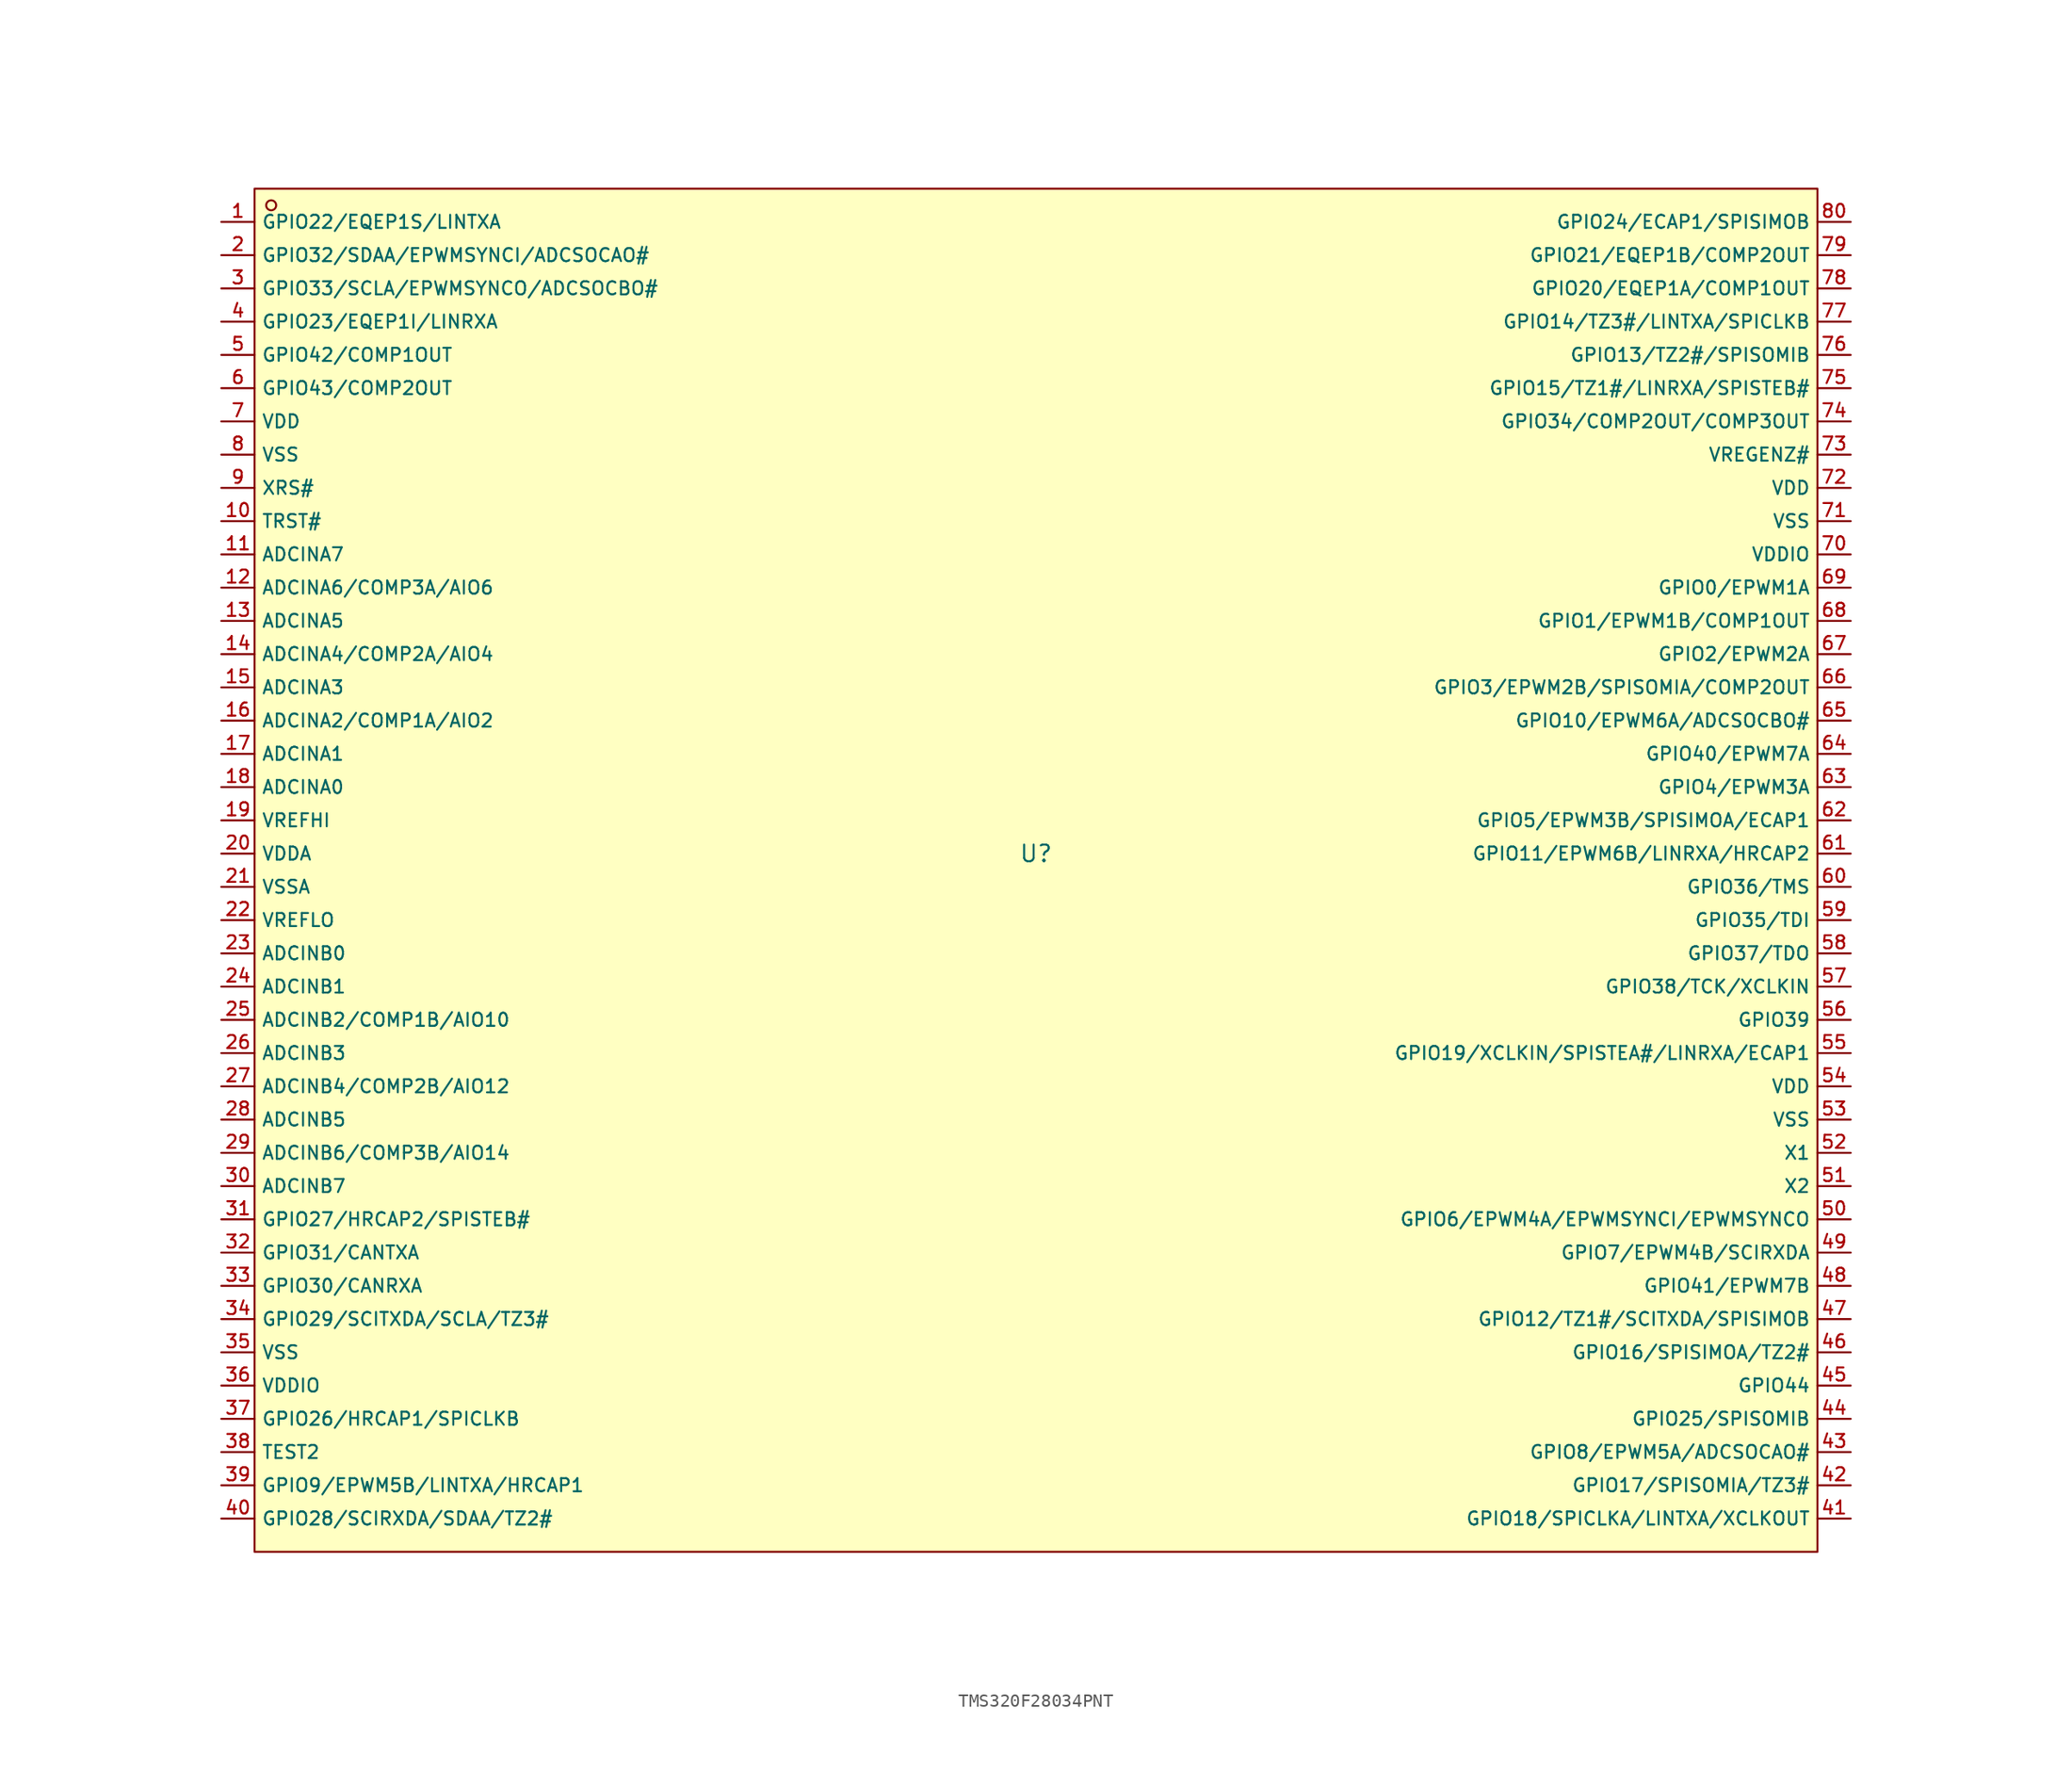
<source format=kicad_sym>
(kicad_symbol_lib
  (version 20210201)
  (generator TousstNicolas/JLC2KiCad_lib)
  (symbol "TMS320F28034PNT"
    (property "Reference" "U"
      (at 0 1.27 0)
      (effects (font (size 1.27 1.27))))
    (symbol "TMS320F28034PNT_0_1"
      (rectangle (start -59.69 52.07) (end 59.69 -52.07) (stroke (width 0) (type default) (color 0 0 0 0)) (fill (type background)))
      (circle (center -58.42 50.8) (radius 0.381) (stroke (width 0) (type default) (color 0 0 0 0)) (fill (type background)))
      (pin unspecified line (at -62.23 49.53 0) (length 2.54) (name "GPIO22/EQEP1S/LINTXA" (effects (font (size 1 1)))) (number "1" (effects (font (size 1 1)))))
      (pin unspecified line (at -62.23 46.99 0) (length 2.54) (name "GPIO32/SDAA/EPWMSYNCI/ADCSOCAO#" (effects (font (size 1 1)))) (number "2" (effects (font (size 1 1)))))
      (pin unspecified line (at -62.23 44.45 0) (length 2.54) (name "GPIO33/SCLA/EPWMSYNCO/ADCSOCBO#" (effects (font (size 1 1)))) (number "3" (effects (font (size 1 1)))))
      (pin unspecified line (at -62.23 41.91 0) (length 2.54) (name "GPIO23/EQEP1I/LINRXA" (effects (font (size 1 1)))) (number "4" (effects (font (size 1 1)))))
      (pin unspecified line (at -62.23 39.37 0) (length 2.54) (name "GPIO42/COMP1OUT" (effects (font (size 1 1)))) (number "5" (effects (font (size 1 1)))))
      (pin unspecified line (at -62.23 36.83 0) (length 2.54) (name "GPIO43/COMP2OUT" (effects (font (size 1 1)))) (number "6" (effects (font (size 1 1)))))
      (pin unspecified line (at -62.23 34.29 0) (length 2.54) (name "VDD" (effects (font (size 1 1)))) (number "7" (effects (font (size 1 1)))))
      (pin unspecified line (at -62.23 31.75 0) (length 2.54) (name "VSS" (effects (font (size 1 1)))) (number "8" (effects (font (size 1 1)))))
      (pin unspecified line (at -62.23 29.21 0) (length 2.54) (name "XRS#" (effects (font (size 1 1)))) (number "9" (effects (font (size 1 1)))))
      (pin unspecified line (at -62.23 26.67 0) (length 2.54) (name "TRST#" (effects (font (size 1 1)))) (number "10" (effects (font (size 1 1)))))
      (pin unspecified line (at -62.23 24.13 0) (length 2.54) (name "ADCINA7" (effects (font (size 1 1)))) (number "11" (effects (font (size 1 1)))))
      (pin unspecified line (at -62.23 21.59 0) (length 2.54) (name "ADCINA6/COMP3A/AIO6" (effects (font (size 1 1)))) (number "12" (effects (font (size 1 1)))))
      (pin unspecified line (at -62.23 19.05 0) (length 2.54) (name "ADCINA5" (effects (font (size 1 1)))) (number "13" (effects (font (size 1 1)))))
      (pin unspecified line (at -62.23 16.51 0) (length 2.54) (name "ADCINA4/COMP2A/AIO4" (effects (font (size 1 1)))) (number "14" (effects (font (size 1 1)))))
      (pin unspecified line (at -62.23 13.97 0) (length 2.54) (name "ADCINA3" (effects (font (size 1 1)))) (number "15" (effects (font (size 1 1)))))
      (pin unspecified line (at -62.23 11.43 0) (length 2.54) (name "ADCINA2/COMP1A/AIO2" (effects (font (size 1 1)))) (number "16" (effects (font (size 1 1)))))
      (pin unspecified line (at -62.23 8.89 0) (length 2.54) (name "ADCINA1" (effects (font (size 1 1)))) (number "17" (effects (font (size 1 1)))))
      (pin unspecified line (at -62.23 6.35 0) (length 2.54) (name "ADCINA0" (effects (font (size 1 1)))) (number "18" (effects (font (size 1 1)))))
      (pin unspecified line (at -62.23 3.81 0) (length 2.54) (name "VREFHI" (effects (font (size 1 1)))) (number "19" (effects (font (size 1 1)))))
      (pin unspecified line (at -62.23 1.27 0) (length 2.54) (name "VDDA" (effects (font (size 1 1)))) (number "20" (effects (font (size 1 1)))))
      (pin unspecified line (at -62.23 -1.27 0) (length 2.54) (name "VSSA" (effects (font (size 1 1)))) (number "21" (effects (font (size 1 1)))))
      (pin unspecified line (at -62.23 -3.81 0) (length 2.54) (name "VREFLO" (effects (font (size 1 1)))) (number "22" (effects (font (size 1 1)))))
      (pin unspecified line (at -62.23 -6.35 0) (length 2.54) (name "ADCINB0" (effects (font (size 1 1)))) (number "23" (effects (font (size 1 1)))))
      (pin unspecified line (at -62.23 -8.89 0) (length 2.54) (name "ADCINB1" (effects (font (size 1 1)))) (number "24" (effects (font (size 1 1)))))
      (pin unspecified line (at -62.23 -11.43 0) (length 2.54) (name "ADCINB2/COMP1B/AIO10" (effects (font (size 1 1)))) (number "25" (effects (font (size 1 1)))))
      (pin unspecified line (at -62.23 -13.97 0) (length 2.54) (name "ADCINB3" (effects (font (size 1 1)))) (number "26" (effects (font (size 1 1)))))
      (pin unspecified line (at -62.23 -16.51 0) (length 2.54) (name "ADCINB4/COMP2B/AIO12" (effects (font (size 1 1)))) (number "27" (effects (font (size 1 1)))))
      (pin unspecified line (at -62.23 -19.05 0) (length 2.54) (name "ADCINB5" (effects (font (size 1 1)))) (number "28" (effects (font (size 1 1)))))
      (pin unspecified line (at -62.23 -21.59 0) (length 2.54) (name "ADCINB6/COMP3B/AIO14" (effects (font (size 1 1)))) (number "29" (effects (font (size 1 1)))))
      (pin unspecified line (at -62.23 -24.13 0) (length 2.54) (name "ADCINB7" (effects (font (size 1 1)))) (number "30" (effects (font (size 1 1)))))
      (pin unspecified line (at -62.23 -26.67 0) (length 2.54) (name "GPIO27/HRCAP2/SPISTEB#" (effects (font (size 1 1)))) (number "31" (effects (font (size 1 1)))))
      (pin unspecified line (at -62.23 -29.21 0) (length 2.54) (name "GPIO31/CANTXA" (effects (font (size 1 1)))) (number "32" (effects (font (size 1 1)))))
      (pin unspecified line (at -62.23 -31.75 0) (length 2.54) (name "GPIO30/CANRXA" (effects (font (size 1 1)))) (number "33" (effects (font (size 1 1)))))
      (pin unspecified line (at -62.23 -34.29 0) (length 2.54) (name "GPIO29/SCITXDA/SCLA/TZ3#" (effects (font (size 1 1)))) (number "34" (effects (font (size 1 1)))))
      (pin unspecified line (at -62.23 -36.83 0) (length 2.54) (name "VSS" (effects (font (size 1 1)))) (number "35" (effects (font (size 1 1)))))
      (pin unspecified line (at -62.23 -39.37 0) (length 2.54) (name "VDDIO" (effects (font (size 1 1)))) (number "36" (effects (font (size 1 1)))))
      (pin unspecified line (at -62.23 -41.91 0) (length 2.54) (name "GPIO26/HRCAP1/SPICLKB" (effects (font (size 1 1)))) (number "37" (effects (font (size 1 1)))))
      (pin unspecified line (at -62.23 -44.45 0) (length 2.54) (name "TEST2" (effects (font (size 1 1)))) (number "38" (effects (font (size 1 1)))))
      (pin unspecified line (at -62.23 -46.99 0) (length 2.54) (name "GPIO9/EPWM5B/LINTXA/HRCAP1" (effects (font (size 1 1)))) (number "39" (effects (font (size 1 1)))))
      (pin unspecified line (at -62.23 -49.53 0) (length 2.54) (name "GPIO28/SCIRXDA/SDAA/TZ2#" (effects (font (size 1 1)))) (number "40" (effects (font (size 1 1)))))
      (pin unspecified line (at 62.23 -49.53 180) (length 2.54) (name "GPIO18/SPICLKA/LINTXA/XCLKOUT" (effects (font (size 1 1)))) (number "41" (effects (font (size 1 1)))))
      (pin unspecified line (at 62.23 -46.99 180) (length 2.54) (name "GPIO17/SPISOMIA/TZ3#" (effects (font (size 1 1)))) (number "42" (effects (font (size 1 1)))))
      (pin unspecified line (at 62.23 -44.45 180) (length 2.54) (name "GPIO8/EPWM5A/ADCSOCAO#" (effects (font (size 1 1)))) (number "43" (effects (font (size 1 1)))))
      (pin unspecified line (at 62.23 -41.91 180) (length 2.54) (name "GPIO25/SPISOMIB" (effects (font (size 1 1)))) (number "44" (effects (font (size 1 1)))))
      (pin unspecified line (at 62.23 -39.37 180) (length 2.54) (name "GPIO44" (effects (font (size 1 1)))) (number "45" (effects (font (size 1 1)))))
      (pin unspecified line (at 62.23 -36.83 180) (length 2.54) (name "GPIO16/SPISIMOA/TZ2#" (effects (font (size 1 1)))) (number "46" (effects (font (size 1 1)))))
      (pin unspecified line (at 62.23 -34.29 180) (length 2.54) (name "GPIO12/TZ1#/SCITXDA/SPISIMOB" (effects (font (size 1 1)))) (number "47" (effects (font (size 1 1)))))
      (pin unspecified line (at 62.23 -31.75 180) (length 2.54) (name "GPIO41/EPWM7B" (effects (font (size 1 1)))) (number "48" (effects (font (size 1 1)))))
      (pin unspecified line (at 62.23 -29.21 180) (length 2.54) (name "GPIO7/EPWM4B/SCIRXDA" (effects (font (size 1 1)))) (number "49" (effects (font (size 1 1)))))
      (pin unspecified line (at 62.23 -26.67 180) (length 2.54) (name "GPIO6/EPWM4A/EPWMSYNCI/EPWMSYNCO" (effects (font (size 1 1)))) (number "50" (effects (font (size 1 1)))))
      (pin unspecified line (at 62.23 -24.13 180) (length 2.54) (name "X2" (effects (font (size 1 1)))) (number "51" (effects (font (size 1 1)))))
      (pin unspecified line (at 62.23 -21.59 180) (length 2.54) (name "X1" (effects (font (size 1 1)))) (number "52" (effects (font (size 1 1)))))
      (pin unspecified line (at 62.23 -19.05 180) (length 2.54) (name "VSS" (effects (font (size 1 1)))) (number "53" (effects (font (size 1 1)))))
      (pin unspecified line (at 62.23 -16.51 180) (length 2.54) (name "VDD" (effects (font (size 1 1)))) (number "54" (effects (font (size 1 1)))))
      (pin unspecified line (at 62.23 -13.97 180) (length 2.54) (name "GPIO19/XCLKIN/SPISTEA#/LINRXA/ECAP1" (effects (font (size 1 1)))) (number "55" (effects (font (size 1 1)))))
      (pin unspecified line (at 62.23 -11.43 180) (length 2.54) (name "GPIO39" (effects (font (size 1 1)))) (number "56" (effects (font (size 1 1)))))
      (pin unspecified line (at 62.23 -8.89 180) (length 2.54) (name "GPIO38/TCK/XCLKIN" (effects (font (size 1 1)))) (number "57" (effects (font (size 1 1)))))
      (pin unspecified line (at 62.23 -6.35 180) (length 2.54) (name "GPIO37/TDO" (effects (font (size 1 1)))) (number "58" (effects (font (size 1 1)))))
      (pin unspecified line (at 62.23 -3.81 180) (length 2.54) (name "GPIO35/TDI" (effects (font (size 1 1)))) (number "59" (effects (font (size 1 1)))))
      (pin unspecified line (at 62.23 -1.27 180) (length 2.54) (name "GPIO36/TMS" (effects (font (size 1 1)))) (number "60" (effects (font (size 1 1)))))
      (pin unspecified line (at 62.23 1.27 180) (length 2.54) (name "GPIO11/EPWM6B/LINRXA/HRCAP2" (effects (font (size 1 1)))) (number "61" (effects (font (size 1 1)))))
      (pin unspecified line (at 62.23 3.81 180) (length 2.54) (name "GPIO5/EPWM3B/SPISIMOA/ECAP1" (effects (font (size 1 1)))) (number "62" (effects (font (size 1 1)))))
      (pin unspecified line (at 62.23 6.35 180) (length 2.54) (name "GPIO4/EPWM3A" (effects (font (size 1 1)))) (number "63" (effects (font (size 1 1)))))
      (pin unspecified line (at 62.23 8.89 180) (length 2.54) (name "GPIO40/EPWM7A" (effects (font (size 1 1)))) (number "64" (effects (font (size 1 1)))))
      (pin unspecified line (at 62.23 11.43 180) (length 2.54) (name "GPIO10/EPWM6A/ADCSOCBO#" (effects (font (size 1 1)))) (number "65" (effects (font (size 1 1)))))
      (pin unspecified line (at 62.23 13.97 180) (length 2.54) (name "GPIO3/EPWM2B/SPISOMIA/COMP2OUT" (effects (font (size 1 1)))) (number "66" (effects (font (size 1 1)))))
      (pin unspecified line (at 62.23 16.51 180) (length 2.54) (name "GPIO2/EPWM2A" (effects (font (size 1 1)))) (number "67" (effects (font (size 1 1)))))
      (pin unspecified line (at 62.23 19.05 180) (length 2.54) (name "GPIO1/EPWM1B/COMP1OUT" (effects (font (size 1 1)))) (number "68" (effects (font (size 1 1)))))
      (pin unspecified line (at 62.23 21.59 180) (length 2.54) (name "GPIO0/EPWM1A" (effects (font (size 1 1)))) (number "69" (effects (font (size 1 1)))))
      (pin unspecified line (at 62.23 24.13 180) (length 2.54) (name "VDDIO" (effects (font (size 1 1)))) (number "70" (effects (font (size 1 1)))))
      (pin unspecified line (at 62.23 26.67 180) (length 2.54) (name "VSS" (effects (font (size 1 1)))) (number "71" (effects (font (size 1 1)))))
      (pin unspecified line (at 62.23 29.21 180) (length 2.54) (name "VDD" (effects (font (size 1 1)))) (number "72" (effects (font (size 1 1)))))
      (pin unspecified line (at 62.23 31.75 180) (length 2.54) (name "VREGENZ#" (effects (font (size 1 1)))) (number "73" (effects (font (size 1 1)))))
      (pin unspecified line (at 62.23 34.29 180) (length 2.54) (name "GPIO34/COMP2OUT/COMP3OUT" (effects (font (size 1 1)))) (number "74" (effects (font (size 1 1)))))
      (pin unspecified line (at 62.23 36.83 180) (length 2.54) (name "GPIO15/TZ1#/LINRXA/SPISTEB#" (effects (font (size 1 1)))) (number "75" (effects (font (size 1 1)))))
      (pin unspecified line (at 62.23 39.37 180) (length 2.54) (name "GPIO13/TZ2#/SPISOMIB" (effects (font (size 1 1)))) (number "76" (effects (font (size 1 1)))))
      (pin unspecified line (at 62.23 41.91 180) (length 2.54) (name "GPIO14/TZ3#/LINTXA/SPICLKB" (effects (font (size 1 1)))) (number "77" (effects (font (size 1 1)))))
      (pin unspecified line (at 62.23 44.45 180) (length 2.54) (name "GPIO20/EQEP1A/COMP1OUT" (effects (font (size 1 1)))) (number "78" (effects (font (size 1 1)))))
      (pin unspecified line (at 62.23 46.99 180) (length 2.54) (name "GPIO21/EQEP1B/COMP2OUT" (effects (font (size 1 1)))) (number "79" (effects (font (size 1 1)))))
      (pin unspecified line (at 62.23 49.53 180) (length 2.54) (name "GPIO24/ECAP1/SPISIMOB" (effects (font (size 1 1)))) (number "80" (effects (font (size 1 1))))))))
</source>
